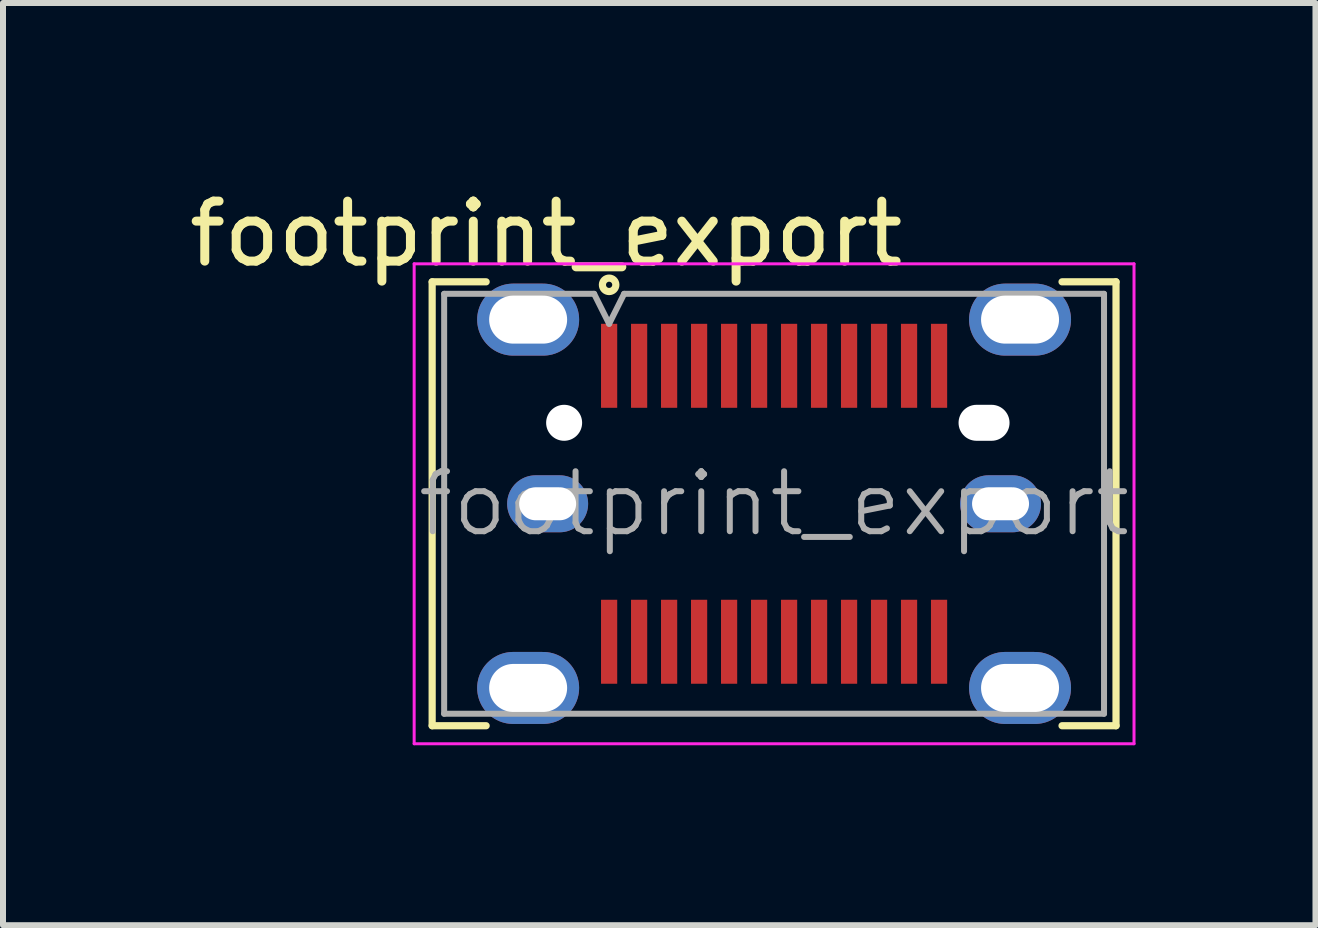
<source format=kicad_pcb>
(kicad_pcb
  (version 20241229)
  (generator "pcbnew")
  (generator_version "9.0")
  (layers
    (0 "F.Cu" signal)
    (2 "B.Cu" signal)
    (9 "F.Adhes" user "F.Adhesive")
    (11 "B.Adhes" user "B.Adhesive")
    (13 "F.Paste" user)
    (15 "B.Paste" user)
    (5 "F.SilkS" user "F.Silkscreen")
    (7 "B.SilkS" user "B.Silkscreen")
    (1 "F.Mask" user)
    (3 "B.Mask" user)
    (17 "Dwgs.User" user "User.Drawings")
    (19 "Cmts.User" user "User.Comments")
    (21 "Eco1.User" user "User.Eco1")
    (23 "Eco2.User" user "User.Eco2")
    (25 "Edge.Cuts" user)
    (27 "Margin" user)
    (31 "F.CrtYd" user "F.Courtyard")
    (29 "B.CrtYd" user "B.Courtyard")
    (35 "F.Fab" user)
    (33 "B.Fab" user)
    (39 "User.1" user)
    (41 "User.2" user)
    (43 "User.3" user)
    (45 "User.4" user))
  (footprint "footprint_export"
    (layer "F.Cu")
    (at 9.854 5.348)
    (property "Reference" "footprint_export" (at -3.8 -4.5 0) (layer "F.SilkS") (effects (font (size 1 1) (thickness 0.15))))
    (attr smd)
    (fp_line (start -5.7 -3.7) (end -5.7 3.7) (stroke (width 0.12) (type solid)) (layer "F.SilkS"))
    (fp_line (start -5.7 -3.7) (end -4.8 -3.7) (stroke (width 0.12) (type solid)) (layer "F.SilkS"))
    (fp_line (start -5.7 3.7) (end -4.8 3.7) (stroke (width 0.12) (type solid)) (layer "F.SilkS"))
    (fp_line (start 4.8 -3.7) (end 5.7 -3.7) (stroke (width 0.12) (type solid)) (layer "F.SilkS"))
    (fp_line (start 4.8 3.7) (end 5.7 3.7) (stroke (width 0.12) (type solid)) (layer "F.SilkS"))
    (fp_line (start 5.7 -3.7) (end 5.7 3.7) (stroke (width 0.12) (type solid)) (layer "F.SilkS"))
    (fp_circle (center -2.75 -3.65) (end -2.638 -3.65) (stroke (width 0.12) (type solid)) (fill no) (layer "F.SilkS"))
    (fp_line (start -6 -4) (end 6 -4) (stroke (width 0.05) (type solid)) (layer "F.CrtYd"))
    (fp_line (start -6 4) (end -6 -4) (stroke (width 0.05) (type solid)) (layer "F.CrtYd"))
    (fp_line (start 6 -4) (end 6 4) (stroke (width 0.05) (type solid)) (layer "F.CrtYd"))
    (fp_line (start 6 4) (end -6 4) (stroke (width 0.05) (type solid)) (layer "F.CrtYd"))
    (fp_line (start -5.5 -3.5) (end -3 -3.5) (stroke (width 0.1) (type solid)) (layer "F.Fab"))
    (fp_line (start -5.5 3.5) (end -5.5 -3.5) (stroke (width 0.1) (type solid)) (layer "F.Fab"))
    (fp_line (start -5.5 3.5) (end 5.5 3.5) (stroke (width 0.1) (type solid)) (layer "F.Fab"))
    (fp_line (start -3 -3.5) (end -2.75 -3) (stroke (width 0.1) (type solid)) (layer "F.Fab"))
    (fp_line (start -2.75 -3) (end -2.5 -3.5) (stroke (width 0.1) (type solid)) (layer "F.Fab"))
    (fp_line (start 5.5 -3.5) (end -2.5 -3.5) (stroke (width 0.1) (type solid)) (layer "F.Fab"))
    (fp_line (start 5.5 3.5) (end 5.5 -3.5) (stroke (width 0.1) (type solid)) (layer "F.Fab"))
    (fp_text user "${REFERENCE}" (at 0 0 0) (layer "F.Fab") (effects (font (size 1 1) (thickness 0.1))))
    (pad "" np_thru_hole circle (at -3.5 -1.35) (size 0.6 0.6) (drill 0.6) (layers "*.Cu" "*.Mask"))
    (pad "" np_thru_hole oval (at 3.5 -1.35) (size 0.85 0.6) (drill oval 0.85 0.6) (layers "*.Cu" "*.Mask"))
    (pad "A1" smd rect (at -2.75 -2.3) (size 0.27 1.4) (layers "F.Cu" "F.Mask" "F.Paste"))
    (pad "A2" smd rect (at -2.25 -2.3) (size 0.27 1.4) (layers "F.Cu" "F.Mask" "F.Paste"))
    (pad "A3" smd rect (at -1.75 -2.3) (size 0.27 1.4) (layers "F.Cu" "F.Mask" "F.Paste"))
    (pad "A4" smd rect (at -1.25 -2.3) (size 0.27 1.4) (layers "F.Cu" "F.Mask" "F.Paste"))
    (pad "A5" smd rect (at -0.75 -2.3) (size 0.27 1.4) (layers "F.Cu" "F.Mask" "F.Paste"))
    (pad "A6" smd rect (at -0.25 -2.3) (size 0.27 1.4) (layers "F.Cu" "F.Mask" "F.Paste"))
    (pad "A7" smd rect (at 0.25 -2.3) (size 0.27 1.4) (layers "F.Cu" "F.Mask" "F.Paste"))
    (pad "A8" smd rect (at 0.75 -2.3) (size 0.27 1.4) (layers "F.Cu" "F.Mask" "F.Paste"))
    (pad "A9" smd rect (at 1.25 -2.3) (size 0.27 1.4) (layers "F.Cu" "F.Mask" "F.Paste"))
    (pad "A10" smd rect (at 1.75 -2.3) (size 0.27 1.4) (layers "F.Cu" "F.Mask" "F.Paste"))
    (pad "A11" smd rect (at 2.25 -2.3) (size 0.27 1.4) (layers "F.Cu" "F.Mask" "F.Paste"))
    (pad "A12" smd rect (at 2.75 -2.3) (size 0.27 1.4) (layers "F.Cu" "F.Mask" "F.Paste"))
    (pad "B1" smd rect (at 2.75 2.3) (size 0.27 1.4) (layers "F.Cu" "F.Mask" "F.Paste"))
    (pad "B2" smd rect (at 2.25 2.3) (size 0.27 1.4) (layers "F.Cu" "F.Mask" "F.Paste"))
    (pad "B3" smd rect (at 1.75 2.3) (size 0.27 1.4) (layers "F.Cu" "F.Mask" "F.Paste"))
    (pad "B4" smd rect (at 1.25 2.3) (size 0.27 1.4) (layers "F.Cu" "F.Mask" "F.Paste"))
    (pad "B5" smd rect (at 0.75 2.3) (size 0.27 1.4) (layers "F.Cu" "F.Mask" "F.Paste"))
    (pad "B6" smd rect (at 0.25 2.3) (size 0.27 1.4) (layers "F.Cu" "F.Mask" "F.Paste"))
    (pad "B7" smd rect (at -0.25 2.3) (size 0.27 1.4) (layers "F.Cu" "F.Mask" "F.Paste"))
    (pad "B8" smd rect (at -0.75 2.3) (size 0.27 1.4) (layers "F.Cu" "F.Mask" "F.Paste"))
    (pad "B9" smd rect (at -1.25 2.3) (size 0.27 1.4) (layers "F.Cu" "F.Mask" "F.Paste"))
    (pad "B10" smd rect (at -1.75 2.3) (size 0.27 1.4) (layers "F.Cu" "F.Mask" "F.Paste"))
    (pad "B11" smd rect (at -2.25 2.3) (size 0.27 1.4) (layers "F.Cu" "F.Mask" "F.Paste"))
    (pad "B12" smd rect (at -2.75 2.3) (size 0.27 1.4) (layers "F.Cu" "F.Mask" "F.Paste"))
    (pad "S1" thru_hole oval (at -4.1 -3.07 90) (size 1.2 1.7) (drill oval 0.8 1.3) (layers "*.Cu" "*.Mask"))
    (pad "S1" thru_hole oval (at -4.1 3.07 90) (size 1.2 1.7) (drill oval 0.8 1.3) (layers "*.Cu" "*.Mask"))
    (pad "S1" thru_hole oval (at -3.775 0 90) (size 0.95 1.35) (drill oval 0.55 0.95) (layers "*.Cu" "*.Mask"))
    (pad "S1" thru_hole oval (at 3.775 0 90) (size 0.95 1.35) (drill oval 0.55 0.95) (layers "*.Cu" "*.Mask"))
    (pad "S1" thru_hole oval (at 4.1 -3.07 90) (size 1.2 1.7) (drill oval 0.8 1.3) (layers "*.Cu" "*.Mask"))
    (pad "S1" thru_hole oval (at 4.1 3.07 90) (size 1.2 1.7) (drill oval 0.8 1.3) (layers "*.Cu" "*.Mask")))
  (gr_rect
    (start -3 -3)
    (end 18.879 12.373)
    (stroke (width 0.1) (type default))
    (fill no)
    (layer "Edge.Cuts")))
</source>
